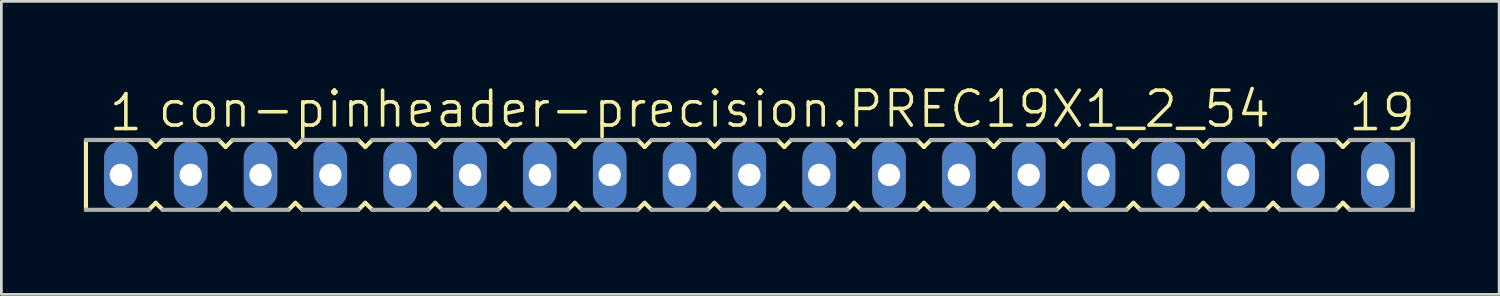
<source format=kicad_pcb>
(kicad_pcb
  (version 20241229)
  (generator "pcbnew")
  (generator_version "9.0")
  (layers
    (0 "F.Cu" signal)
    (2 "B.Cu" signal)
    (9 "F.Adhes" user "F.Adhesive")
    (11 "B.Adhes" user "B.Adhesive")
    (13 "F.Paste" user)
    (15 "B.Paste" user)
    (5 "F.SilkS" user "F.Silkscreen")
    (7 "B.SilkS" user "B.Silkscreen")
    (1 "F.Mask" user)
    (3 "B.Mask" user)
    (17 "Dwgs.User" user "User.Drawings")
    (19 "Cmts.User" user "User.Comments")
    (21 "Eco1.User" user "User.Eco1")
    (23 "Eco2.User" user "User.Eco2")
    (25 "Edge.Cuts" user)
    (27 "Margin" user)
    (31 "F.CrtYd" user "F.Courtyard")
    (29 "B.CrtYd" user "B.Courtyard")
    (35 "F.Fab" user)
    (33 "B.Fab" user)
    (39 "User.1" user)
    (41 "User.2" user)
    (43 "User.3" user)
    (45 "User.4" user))
  (footprint "con-pinheader-precision.PREC19X1_2_54"
    (layer "F.Cu")
    (at 24.206 3.311)
    (property "Reference" "con-pinheader-precision.PREC19X1_2_54" (at -21.59 -1.651 0) (layer "F.SilkS") (effects (font (size 1.27 1.27) (thickness 0.13)) (justify left bottom)))
    (attr through_hole)
    (fp_line (start -24.13 -1.27) (end -24.13 1.27) (stroke (width 0.152) (type default)) (layer "F.SilkS"))
    (fp_line (start -21.844 1.27) (end -21.59 1.016) (stroke (width 0.152) (type default)) (layer "F.SilkS"))
    (fp_line (start -21.59 -1.016) (end -21.844 -1.27) (stroke (width 0.152) (type default)) (layer "F.SilkS"))
    (fp_line (start -21.59 1.016) (end -21.336 1.27) (stroke (width 0.152) (type default)) (layer "F.SilkS"))
    (fp_line (start -21.336 -1.27) (end -21.59 -1.016) (stroke (width 0.152) (type default)) (layer "F.SilkS"))
    (fp_line (start -19.304 1.27) (end -19.05 1.016) (stroke (width 0.152) (type default)) (layer "F.SilkS"))
    (fp_line (start -19.05 -1.016) (end -19.304 -1.27) (stroke (width 0.152) (type default)) (layer "F.SilkS"))
    (fp_line (start -19.05 1.016) (end -18.796 1.27) (stroke (width 0.152) (type default)) (layer "F.SilkS"))
    (fp_line (start -18.796 -1.27) (end -19.05 -1.016) (stroke (width 0.152) (type default)) (layer "F.SilkS"))
    (fp_line (start -16.764 1.27) (end -16.51 1.016) (stroke (width 0.152) (type default)) (layer "F.SilkS"))
    (fp_line (start -16.51 -1.016) (end -16.764 -1.27) (stroke (width 0.152) (type default)) (layer "F.SilkS"))
    (fp_line (start -16.51 1.016) (end -16.256 1.27) (stroke (width 0.152) (type default)) (layer "F.SilkS"))
    (fp_line (start -16.256 -1.27) (end -16.51 -1.016) (stroke (width 0.152) (type default)) (layer "F.SilkS"))
    (fp_line (start -14.224 1.27) (end -13.97 1.016) (stroke (width 0.152) (type default)) (layer "F.SilkS"))
    (fp_line (start -13.97 -1.016) (end -14.224 -1.27) (stroke (width 0.152) (type default)) (layer "F.SilkS"))
    (fp_line (start -13.97 1.016) (end -13.716 1.27) (stroke (width 0.152) (type default)) (layer "F.SilkS"))
    (fp_line (start -13.716 -1.27) (end -13.97 -1.016) (stroke (width 0.152) (type default)) (layer "F.SilkS"))
    (fp_line (start -11.684 1.27) (end -11.43 1.016) (stroke (width 0.152) (type default)) (layer "F.SilkS"))
    (fp_line (start -11.43 -1.016) (end -11.684 -1.27) (stroke (width 0.152) (type default)) (layer "F.SilkS"))
    (fp_line (start -11.43 1.016) (end -11.176 1.27) (stroke (width 0.152) (type default)) (layer "F.SilkS"))
    (fp_line (start -11.176 -1.27) (end -11.43 -1.016) (stroke (width 0.152) (type default)) (layer "F.SilkS"))
    (fp_line (start -9.144 1.27) (end -8.89 1.016) (stroke (width 0.152) (type default)) (layer "F.SilkS"))
    (fp_line (start -8.89 -1.016) (end -9.144 -1.27) (stroke (width 0.152) (type default)) (layer "F.SilkS"))
    (fp_line (start -8.89 1.016) (end -8.636 1.27) (stroke (width 0.152) (type default)) (layer "F.SilkS"))
    (fp_line (start -8.636 -1.27) (end -8.89 -1.016) (stroke (width 0.152) (type default)) (layer "F.SilkS"))
    (fp_line (start -6.604 1.27) (end -6.35 1.016) (stroke (width 0.152) (type default)) (layer "F.SilkS"))
    (fp_line (start -6.35 -1.016) (end -6.604 -1.27) (stroke (width 0.152) (type default)) (layer "F.SilkS"))
    (fp_line (start -6.35 1.016) (end -6.096 1.27) (stroke (width 0.152) (type default)) (layer "F.SilkS"))
    (fp_line (start -6.096 -1.27) (end -6.35 -1.016) (stroke (width 0.152) (type default)) (layer "F.SilkS"))
    (fp_line (start -4.064 1.27) (end -3.81 1.016) (stroke (width 0.152) (type default)) (layer "F.SilkS"))
    (fp_line (start -3.81 -1.016) (end -4.064 -1.27) (stroke (width 0.152) (type default)) (layer "F.SilkS"))
    (fp_line (start -3.81 1.016) (end -3.556 1.27) (stroke (width 0.152) (type default)) (layer "F.SilkS"))
    (fp_line (start -3.556 -1.27) (end -3.81 -1.016) (stroke (width 0.152) (type default)) (layer "F.SilkS"))
    (fp_line (start -1.524 1.27) (end -1.27 1.016) (stroke (width 0.152) (type default)) (layer "F.SilkS"))
    (fp_line (start -1.27 -1.016) (end -1.524 -1.27) (stroke (width 0.152) (type default)) (layer "F.SilkS"))
    (fp_line (start -1.27 1.016) (end -1.016 1.27) (stroke (width 0.152) (type default)) (layer "F.SilkS"))
    (fp_line (start -1.016 -1.27) (end -1.27 -1.016) (stroke (width 0.152) (type default)) (layer "F.SilkS"))
    (fp_line (start 1.016 1.27) (end 1.27 1.016) (stroke (width 0.152) (type default)) (layer "F.SilkS"))
    (fp_line (start 1.27 -1.016) (end 1.016 -1.27) (stroke (width 0.152) (type default)) (layer "F.SilkS"))
    (fp_line (start 1.27 1.016) (end 1.524 1.27) (stroke (width 0.152) (type default)) (layer "F.SilkS"))
    (fp_line (start 1.524 -1.27) (end 1.27 -1.016) (stroke (width 0.152) (type default)) (layer "F.SilkS"))
    (fp_line (start 3.556 1.27) (end 3.81 1.016) (stroke (width 0.152) (type default)) (layer "F.SilkS"))
    (fp_line (start 3.81 -1.016) (end 3.556 -1.27) (stroke (width 0.152) (type default)) (layer "F.SilkS"))
    (fp_line (start 3.81 1.016) (end 4.064 1.27) (stroke (width 0.152) (type default)) (layer "F.SilkS"))
    (fp_line (start 4.064 -1.27) (end 3.81 -1.016) (stroke (width 0.152) (type default)) (layer "F.SilkS"))
    (fp_line (start 6.096 1.27) (end 6.35 1.016) (stroke (width 0.152) (type default)) (layer "F.SilkS"))
    (fp_line (start 6.35 -1.016) (end 6.096 -1.27) (stroke (width 0.152) (type default)) (layer "F.SilkS"))
    (fp_line (start 6.35 1.016) (end 6.604 1.27) (stroke (width 0.152) (type default)) (layer "F.SilkS"))
    (fp_line (start 6.604 -1.27) (end 6.35 -1.016) (stroke (width 0.152) (type default)) (layer "F.SilkS"))
    (fp_line (start 8.636 1.27) (end 8.89 1.016) (stroke (width 0.152) (type default)) (layer "F.SilkS"))
    (fp_line (start 8.89 -1.016) (end 8.636 -1.27) (stroke (width 0.152) (type default)) (layer "F.SilkS"))
    (fp_line (start 8.89 1.016) (end 9.144 1.27) (stroke (width 0.152) (type default)) (layer "F.SilkS"))
    (fp_line (start 9.144 -1.27) (end 8.89 -1.016) (stroke (width 0.152) (type default)) (layer "F.SilkS"))
    (fp_line (start 11.176 1.27) (end 11.43 1.016) (stroke (width 0.152) (type default)) (layer "F.SilkS"))
    (fp_line (start 11.43 -1.016) (end 11.176 -1.27) (stroke (width 0.152) (type default)) (layer "F.SilkS"))
    (fp_line (start 11.43 1.016) (end 11.684 1.27) (stroke (width 0.152) (type default)) (layer "F.SilkS"))
    (fp_line (start 11.684 -1.27) (end 11.43 -1.016) (stroke (width 0.152) (type default)) (layer "F.SilkS"))
    (fp_line (start 13.716 1.27) (end 13.97 1.016) (stroke (width 0.152) (type default)) (layer "F.SilkS"))
    (fp_line (start 13.97 -1.016) (end 13.716 -1.27) (stroke (width 0.152) (type default)) (layer "F.SilkS"))
    (fp_line (start 13.97 1.016) (end 14.224 1.27) (stroke (width 0.152) (type default)) (layer "F.SilkS"))
    (fp_line (start 14.224 -1.27) (end 13.97 -1.016) (stroke (width 0.152) (type default)) (layer "F.SilkS"))
    (fp_line (start 16.256 1.27) (end 16.51 1.016) (stroke (width 0.152) (type default)) (layer "F.SilkS"))
    (fp_line (start 16.51 -1.016) (end 16.256 -1.27) (stroke (width 0.152) (type default)) (layer "F.SilkS"))
    (fp_line (start 16.51 1.016) (end 16.764 1.27) (stroke (width 0.152) (type default)) (layer "F.SilkS"))
    (fp_line (start 16.764 -1.27) (end 16.51 -1.016) (stroke (width 0.152) (type default)) (layer "F.SilkS"))
    (fp_line (start 18.796 1.27) (end 19.05 1.016) (stroke (width 0.152) (type default)) (layer "F.SilkS"))
    (fp_line (start 19.05 -1.016) (end 18.796 -1.27) (stroke (width 0.152) (type default)) (layer "F.SilkS"))
    (fp_line (start 19.05 1.016) (end 19.304 1.27) (stroke (width 0.152) (type default)) (layer "F.SilkS"))
    (fp_line (start 19.304 -1.27) (end 19.05 -1.016) (stroke (width 0.152) (type default)) (layer "F.SilkS"))
    (fp_line (start 21.336 1.27) (end 21.59 1.016) (stroke (width 0.152) (type default)) (layer "F.SilkS"))
    (fp_line (start 21.59 -1.016) (end 21.336 -1.27) (stroke (width 0.152) (type default)) (layer "F.SilkS"))
    (fp_line (start 21.59 1.016) (end 21.844 1.27) (stroke (width 0.152) (type default)) (layer "F.SilkS"))
    (fp_line (start 21.844 -1.27) (end 21.59 -1.016) (stroke (width 0.152) (type default)) (layer "F.SilkS"))
    (fp_line (start 24.13 1.27) (end 24.13 -1.27) (stroke (width 0.152) (type default)) (layer "F.SilkS"))
    (fp_line (start -24.13 1.27) (end -21.844 1.27) (stroke (width 0.152) (type default)) (layer "F.Fab"))
    (fp_line (start -21.844 -1.27) (end -24.13 -1.27) (stroke (width 0.152) (type default)) (layer "F.Fab"))
    (fp_line (start -21.336 1.27) (end -19.304 1.27) (stroke (width 0.152) (type default)) (layer "F.Fab"))
    (fp_line (start -19.304 -1.27) (end -21.336 -1.27) (stroke (width 0.152) (type default)) (layer "F.Fab"))
    (fp_line (start -18.796 1.27) (end -16.764 1.27) (stroke (width 0.152) (type default)) (layer "F.Fab"))
    (fp_line (start -16.764 -1.27) (end -18.796 -1.27) (stroke (width 0.152) (type default)) (layer "F.Fab"))
    (fp_line (start -16.256 1.27) (end -14.224 1.27) (stroke (width 0.152) (type default)) (layer "F.Fab"))
    (fp_line (start -14.224 -1.27) (end -16.256 -1.27) (stroke (width 0.152) (type default)) (layer "F.Fab"))
    (fp_line (start -13.716 1.27) (end -11.684 1.27) (stroke (width 0.152) (type default)) (layer "F.Fab"))
    (fp_line (start -11.684 -1.27) (end -13.716 -1.27) (stroke (width 0.152) (type default)) (layer "F.Fab"))
    (fp_line (start -11.176 1.27) (end -9.144 1.27) (stroke (width 0.152) (type default)) (layer "F.Fab"))
    (fp_line (start -9.144 -1.27) (end -11.176 -1.27) (stroke (width 0.152) (type default)) (layer "F.Fab"))
    (fp_line (start -8.636 1.27) (end -6.604 1.27) (stroke (width 0.152) (type default)) (layer "F.Fab"))
    (fp_line (start -6.604 -1.27) (end -8.636 -1.27) (stroke (width 0.152) (type default)) (layer "F.Fab"))
    (fp_line (start -6.096 1.27) (end -4.064 1.27) (stroke (width 0.152) (type default)) (layer "F.Fab"))
    (fp_line (start -4.064 -1.27) (end -6.096 -1.27) (stroke (width 0.152) (type default)) (layer "F.Fab"))
    (fp_line (start -3.556 1.27) (end -1.524 1.27) (stroke (width 0.152) (type default)) (layer "F.Fab"))
    (fp_line (start -1.524 -1.27) (end -3.556 -1.27) (stroke (width 0.152) (type default)) (layer "F.Fab"))
    (fp_line (start -1.016 1.27) (end 1.016 1.27) (stroke (width 0.152) (type default)) (layer "F.Fab"))
    (fp_line (start 1.016 -1.27) (end -1.016 -1.27) (stroke (width 0.152) (type default)) (layer "F.Fab"))
    (fp_line (start 1.524 1.27) (end 3.556 1.27) (stroke (width 0.152) (type default)) (layer "F.Fab"))
    (fp_line (start 3.556 -1.27) (end 1.524 -1.27) (stroke (width 0.152) (type default)) (layer "F.Fab"))
    (fp_line (start 4.064 1.27) (end 6.096 1.27) (stroke (width 0.152) (type default)) (layer "F.Fab"))
    (fp_line (start 6.096 -1.27) (end 4.064 -1.27) (stroke (width 0.152) (type default)) (layer "F.Fab"))
    (fp_line (start 6.604 1.27) (end 8.636 1.27) (stroke (width 0.152) (type default)) (layer "F.Fab"))
    (fp_line (start 8.636 -1.27) (end 6.604 -1.27) (stroke (width 0.152) (type default)) (layer "F.Fab"))
    (fp_line (start 9.144 1.27) (end 11.176 1.27) (stroke (width 0.152) (type default)) (layer "F.Fab"))
    (fp_line (start 11.176 -1.27) (end 9.144 -1.27) (stroke (width 0.152) (type default)) (layer "F.Fab"))
    (fp_line (start 11.684 1.27) (end 13.716 1.27) (stroke (width 0.152) (type default)) (layer "F.Fab"))
    (fp_line (start 13.716 -1.27) (end 11.684 -1.27) (stroke (width 0.152) (type default)) (layer "F.Fab"))
    (fp_line (start 14.224 1.27) (end 16.256 1.27) (stroke (width 0.152) (type default)) (layer "F.Fab"))
    (fp_line (start 16.256 -1.27) (end 14.224 -1.27) (stroke (width 0.152) (type default)) (layer "F.Fab"))
    (fp_line (start 16.764 1.27) (end 18.796 1.27) (stroke (width 0.152) (type default)) (layer "F.Fab"))
    (fp_line (start 18.796 -1.27) (end 16.764 -1.27) (stroke (width 0.152) (type default)) (layer "F.Fab"))
    (fp_line (start 19.304 1.27) (end 21.336 1.27) (stroke (width 0.152) (type default)) (layer "F.Fab"))
    (fp_line (start 21.336 -1.27) (end 19.304 -1.27) (stroke (width 0.152) (type default)) (layer "F.Fab"))
    (fp_line (start 21.844 1.27) (end 24.13 1.27) (stroke (width 0.152) (type default)) (layer "F.Fab"))
    (fp_line (start 24.13 -1.27) (end 21.844 -1.27) (stroke (width 0.152) (type default)) (layer "F.Fab"))
    (fp_text user "19" (at 21.717 -1.524 0) (layer "F.SilkS") (effects (font (size 1.27 1.27) (thickness 0.13)) (justify left bottom)))
    (fp_text user "1" (at -23.368 -1.524 0) (layer "F.SilkS") (effects (font (size 1.27 1.27) (thickness 0.13)) (justify left bottom)))
    (pad "1" thru_hole oval (at -22.86 0 90) (size 2.438 1.219) (drill 0.813) (layers "*.Cu" "*.Mask"))
    (pad "2" thru_hole oval (at -20.32 0 90) (size 2.438 1.219) (drill 0.813) (layers "*.Cu" "*.Mask"))
    (pad "3" thru_hole oval (at -17.78 0 90) (size 2.438 1.219) (drill 0.813) (layers "*.Cu" "*.Mask"))
    (pad "4" thru_hole oval (at -15.24 0 90) (size 2.438 1.219) (drill 0.813) (layers "*.Cu" "*.Mask"))
    (pad "5" thru_hole oval (at -12.7 0 90) (size 2.438 1.219) (drill 0.813) (layers "*.Cu" "*.Mask"))
    (pad "6" thru_hole oval (at -10.16 0 90) (size 2.438 1.219) (drill 0.813) (layers "*.Cu" "*.Mask"))
    (pad "7" thru_hole oval (at -7.62 0 90) (size 2.438 1.219) (drill 0.813) (layers "*.Cu" "*.Mask"))
    (pad "8" thru_hole oval (at -5.08 0 90) (size 2.438 1.219) (drill 0.813) (layers "*.Cu" "*.Mask"))
    (pad "9" thru_hole oval (at -2.54 0 90) (size 2.438 1.219) (drill 0.813) (layers "*.Cu" "*.Mask"))
    (pad "10" thru_hole oval (at 0 0 90) (size 2.438 1.219) (drill 0.813) (layers "*.Cu" "*.Mask"))
    (pad "11" thru_hole oval (at 2.54 0 90) (size 2.438 1.219) (drill 0.813) (layers "*.Cu" "*.Mask"))
    (pad "12" thru_hole oval (at 5.08 0 90) (size 2.438 1.219) (drill 0.813) (layers "*.Cu" "*.Mask"))
    (pad "13" thru_hole oval (at 7.62 0 90) (size 2.438 1.219) (drill 0.813) (layers "*.Cu" "*.Mask"))
    (pad "14" thru_hole oval (at 10.16 0 90) (size 2.438 1.219) (drill 0.813) (layers "*.Cu" "*.Mask"))
    (pad "15" thru_hole oval (at 12.7 0 90) (size 2.438 1.219) (drill 0.813) (layers "*.Cu" "*.Mask"))
    (pad "16" thru_hole oval (at 15.24 0 90) (size 2.438 1.219) (drill 0.813) (layers "*.Cu" "*.Mask"))
    (pad "17" thru_hole oval (at 17.78 0 90) (size 2.438 1.219) (drill 0.813) (layers "*.Cu" "*.Mask"))
    (pad "18" thru_hole oval (at 20.32 0 90) (size 2.438 1.219) (drill 0.813) (layers "*.Cu" "*.Mask"))
    (pad "19" thru_hole oval (at 22.86 0 90) (size 2.438 1.219) (drill 0.813) (layers "*.Cu" "*.Mask")))
  (gr_rect
    (start -3 -3)
    (end 51.478 7.657)
    (stroke (width 0.1) (type default))
    (fill no)
    (layer "Edge.Cuts")))
</source>
